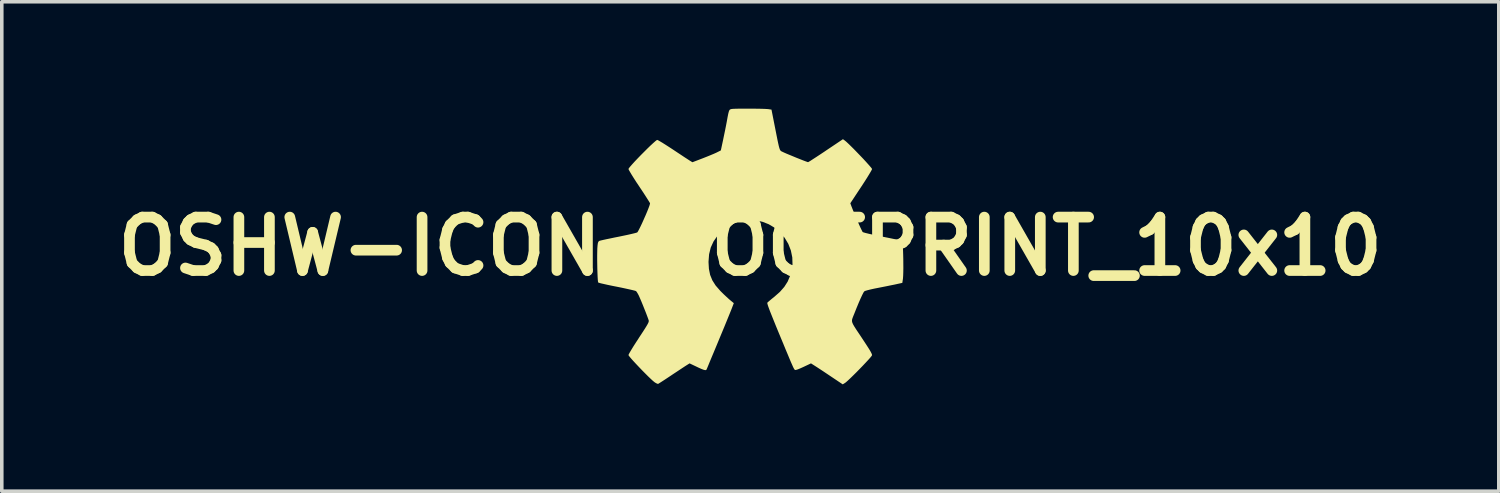
<source format=kicad_pcb>
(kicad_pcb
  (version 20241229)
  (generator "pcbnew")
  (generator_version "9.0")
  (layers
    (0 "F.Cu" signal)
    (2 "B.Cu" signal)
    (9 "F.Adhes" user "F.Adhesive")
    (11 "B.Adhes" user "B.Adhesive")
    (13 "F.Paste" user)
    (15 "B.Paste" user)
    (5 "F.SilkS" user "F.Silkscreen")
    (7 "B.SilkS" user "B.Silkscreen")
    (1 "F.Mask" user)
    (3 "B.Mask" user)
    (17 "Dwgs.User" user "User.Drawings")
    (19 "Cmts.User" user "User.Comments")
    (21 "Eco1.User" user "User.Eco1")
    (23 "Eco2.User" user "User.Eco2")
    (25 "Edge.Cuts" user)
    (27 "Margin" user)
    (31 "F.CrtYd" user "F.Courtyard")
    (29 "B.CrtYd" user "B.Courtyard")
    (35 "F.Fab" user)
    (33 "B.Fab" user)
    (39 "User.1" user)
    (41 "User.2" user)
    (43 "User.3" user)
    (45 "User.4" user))
  (footprint "OSHW-ICON-FOOTPRINT_10x10"
    (layer "F.Cu")
    (at 18.014 3.867)
    (property "Reference" "OSHW-ICON-FOOTPRINT_10x10" (at 0 0 0) (layer "F.SilkS") (effects (font (size 1.5 1.5) (thickness 0.3))))
    (attr board_only exclude_from_pos_files exclude_from_bom)
    (fp_poly (pts (xy 0.057 -3.866) (xy 0.184 -3.865) (xy 0.3 -3.863) (xy 0.398 -3.86) (xy 0.471 -3.856) (xy 0.508 -3.853) (xy 0.596 -3.839) (xy 0.669 -3.468) (xy 0.707 -3.276) (xy 0.738 -3.119) (xy 0.763 -2.993) (xy 0.784 -2.894) (xy 0.801 -2.819) (xy 0.816 -2.763) (xy 0.829 -2.725) (xy 0.842 -2.699) (xy 0.856 -2.682) (xy 0.871 -2.671) (xy 0.889 -2.662) (xy 0.902 -2.656) (xy 0.946 -2.635) (xy 1.014 -2.605) (xy 1.101 -2.569) (xy 1.198 -2.529) (xy 1.299 -2.487) (xy 1.398 -2.448) (xy 1.486 -2.413) (xy 1.558 -2.386) (xy 1.606 -2.369) (xy 1.623 -2.364) (xy 1.643 -2.375) (xy 1.692 -2.404) (xy 1.764 -2.451) (xy 1.857 -2.511) (xy 1.965 -2.582) (xy 2.084 -2.661) (xy 2.122 -2.687) (xy 2.602 -3.009) (xy 2.654 -2.972) (xy 2.693 -2.94) (xy 2.751 -2.886) (xy 2.823 -2.816) (xy 2.906 -2.734) (xy 2.994 -2.643) (xy 3.084 -2.55) (xy 3.172 -2.458) (xy 3.252 -2.371) (xy 3.321 -2.294) (xy 3.375 -2.232) (xy 3.409 -2.19) (xy 3.419 -2.171) (xy 3.409 -2.146) (xy 3.379 -2.092) (xy 3.333 -2.015) (xy 3.274 -1.919) (xy 3.204 -1.809) (xy 3.126 -1.689) (xy 3.114 -1.672) (xy 2.809 -1.21) (xy 2.843 -1.118) (xy 2.877 -1.033) (xy 2.917 -0.934) (xy 2.961 -0.827) (xy 3.008 -0.72) (xy 3.052 -0.618) (xy 3.092 -0.529) (xy 3.126 -0.459) (xy 3.149 -0.414) (xy 3.157 -0.402) (xy 3.182 -0.392) (xy 3.241 -0.375) (xy 3.327 -0.354) (xy 3.437 -0.329) (xy 3.563 -0.302) (xy 3.702 -0.274) (xy 3.71 -0.273) (xy 3.85 -0.245) (xy 3.977 -0.219) (xy 4.087 -0.196) (xy 4.175 -0.177) (xy 4.235 -0.162) (xy 4.263 -0.154) (xy 4.263 -0.154) (xy 4.271 -0.131) (xy 4.278 -0.074) (xy 4.284 0.009) (xy 4.289 0.112) (xy 4.293 0.23) (xy 4.296 0.356) (xy 4.297 0.484) (xy 4.298 0.608) (xy 4.296 0.722) (xy 4.293 0.818) (xy 4.288 0.893) (xy 4.285 0.918) (xy 4.269 1.025) (xy 4.122 1.057) (xy 4.055 1.072) (xy 3.959 1.091) (xy 3.843 1.115) (xy 3.717 1.14) (xy 3.605 1.162) (xy 3.483 1.186) (xy 3.375 1.21) (xy 3.288 1.232) (xy 3.228 1.25) (xy 3.202 1.263) (xy 3.179 1.295) (xy 3.145 1.361) (xy 3.1 1.457) (xy 3.046 1.58) (xy 2.985 1.727) (xy 2.919 1.893) (xy 2.914 1.905) (xy 2.888 1.969) (xy 2.869 2.019) (xy 2.857 2.062) (xy 2.856 2.101) (xy 2.866 2.144) (xy 2.889 2.194) (xy 2.926 2.258) (xy 2.98 2.342) (xy 3.052 2.449) (xy 3.106 2.53) (xy 3.201 2.674) (xy 3.276 2.789) (xy 3.333 2.878) (xy 3.374 2.946) (xy 3.4 2.996) (xy 3.415 3.031) (xy 3.419 3.055) (xy 3.419 3.055) (xy 3.406 3.078) (xy 3.369 3.124) (xy 3.313 3.187) (xy 3.241 3.264) (xy 3.159 3.351) (xy 3.071 3.442) (xy 2.982 3.533) (xy 2.894 3.62) (xy 2.814 3.698) (xy 2.745 3.763) (xy 2.692 3.81) (xy 2.662 3.833) (xy 2.596 3.874) (xy 2.26 3.649) (xy 2.151 3.576) (xy 2.045 3.505) (xy 1.949 3.442) (xy 1.871 3.391) (xy 1.818 3.357) (xy 1.815 3.355) (xy 1.705 3.285) (xy 1.497 3.383) (xy 1.413 3.421) (xy 1.341 3.451) (xy 1.287 3.468) (xy 1.262 3.471) (xy 1.253 3.467) (xy 1.244 3.459) (xy 1.233 3.444) (xy 1.219 3.419) (xy 1.2 3.381) (xy 1.176 3.326) (xy 1.143 3.252) (xy 1.102 3.155) (xy 1.051 3.032) (xy 0.987 2.88) (xy 0.911 2.695) (xy 0.895 2.657) (xy 0.799 2.426) (xy 0.718 2.229) (xy 0.651 2.063) (xy 0.596 1.926) (xy 0.552 1.816) (xy 0.52 1.73) (xy 0.497 1.666) (xy 0.484 1.621) (xy 0.478 1.594) (xy 0.479 1.582) (xy 0.498 1.563) (xy 0.542 1.525) (xy 0.603 1.474) (xy 0.674 1.417) (xy 0.832 1.278) (xy 0.955 1.138) (xy 1.05 0.989) (xy 1.12 0.823) (xy 1.154 0.708) (xy 1.186 0.509) (xy 1.18 0.31) (xy 1.14 0.115) (xy 1.068 -0.07) (xy 0.965 -0.242) (xy 0.834 -0.396) (xy 0.676 -0.528) (xy 0.517 -0.622) (xy 0.346 -0.689) (xy 0.161 -0.73) (xy -0.025 -0.744) (xy -0.204 -0.729) (xy -0.274 -0.713) (xy -0.463 -0.645) (xy -0.644 -0.543) (xy -0.808 -0.416) (xy -0.918 -0.3) (xy -1.031 -0.139) (xy -1.11 0.034) (xy -1.156 0.222) (xy -1.172 0.432) (xy -1.172 0.44) (xy -1.161 0.632) (xy -1.127 0.8) (xy -1.065 0.953) (xy -0.973 1.098) (xy -0.847 1.243) (xy -0.821 1.27) (xy -0.745 1.345) (xy -0.667 1.418) (xy -0.599 1.48) (xy -0.558 1.515) (xy -0.462 1.594) (xy -0.518 1.74) (xy -0.537 1.789) (xy -0.57 1.87) (xy -0.614 1.978) (xy -0.667 2.108) (xy -0.727 2.255) (xy -0.793 2.414) (xy -0.863 2.582) (xy -0.894 2.657) (xy -0.962 2.821) (xy -1.026 2.975) (xy -1.084 3.113) (xy -1.134 3.233) (xy -1.174 3.331) (xy -1.204 3.403) (xy -1.222 3.445) (xy -1.225 3.453) (xy -1.239 3.471) (xy -1.265 3.475) (xy -1.308 3.465) (xy -1.374 3.44) (xy -1.467 3.398) (xy -1.502 3.381) (xy -1.704 3.285) (xy -1.785 3.336) (xy -1.826 3.362) (xy -1.893 3.406) (xy -1.979 3.463) (xy -2.08 3.53) (xy -2.188 3.601) (xy -2.214 3.619) (xy -2.318 3.688) (xy -2.412 3.75) (xy -2.491 3.801) (xy -2.549 3.838) (xy -2.582 3.858) (xy -2.586 3.861) (xy -2.615 3.855) (xy -2.661 3.831) (xy -2.688 3.813) (xy -2.732 3.777) (xy -2.795 3.719) (xy -2.87 3.647) (xy -2.954 3.563) (xy -3.043 3.473) (xy -3.131 3.381) (xy -3.215 3.292) (xy -3.29 3.211) (xy -3.352 3.141) (xy -3.396 3.088) (xy -3.418 3.056) (xy -3.419 3.051) (xy -3.409 3.025) (xy -3.379 2.971) (xy -3.334 2.895) (xy -3.275 2.799) (xy -3.205 2.69) (xy -3.128 2.572) (xy -3.128 2.571) (xy -3.04 2.437) (xy -2.972 2.332) (xy -2.921 2.251) (xy -2.886 2.191) (xy -2.863 2.147) (xy -2.852 2.115) (xy -2.849 2.092) (xy -2.852 2.076) (xy -2.868 2.028) (xy -2.896 1.953) (xy -2.932 1.858) (xy -2.974 1.753) (xy -3.017 1.645) (xy -3.059 1.543) (xy -3.097 1.455) (xy -3.126 1.389) (xy -3.137 1.366) (xy -3.168 1.31) (xy -3.196 1.268) (xy -3.208 1.256) (xy -3.233 1.246) (xy -3.292 1.231) (xy -3.378 1.211) (xy -3.487 1.187) (xy -3.612 1.16) (xy -3.741 1.134) (xy -3.878 1.107) (xy -4.002 1.081) (xy -4.108 1.057) (xy -4.192 1.038) (xy -4.247 1.023) (xy -4.269 1.014) (xy -4.275 0.99) (xy -4.281 0.932) (xy -4.286 0.848) (xy -4.29 0.744) (xy -4.294 0.626) (xy -4.296 0.501) (xy -4.298 0.375) (xy -4.298 0.255) (xy -4.296 0.146) (xy -4.294 0.055) (xy -4.289 -0.011) (xy -4.289 -0.014) (xy -4.28 -0.084) (xy -4.267 -0.125) (xy -4.248 -0.148) (xy -4.229 -0.157) (xy -4.198 -0.165) (xy -4.134 -0.18) (xy -4.043 -0.2) (xy -3.931 -0.223) (xy -3.804 -0.25) (xy -3.691 -0.272) (xy -3.557 -0.3) (xy -3.434 -0.326) (xy -3.329 -0.35) (xy -3.246 -0.37) (xy -3.192 -0.385) (xy -3.172 -0.393) (xy -3.152 -0.421) (xy -3.121 -0.479) (xy -3.081 -0.559) (xy -3.035 -0.656) (xy -2.988 -0.762) (xy -2.94 -0.87) (xy -2.896 -0.974) (xy -2.859 -1.067) (xy -2.831 -1.142) (xy -2.816 -1.193) (xy -2.814 -1.207) (xy -2.824 -1.229) (xy -2.854 -1.278) (xy -2.9 -1.351) (xy -2.959 -1.443) (xy -3.029 -1.55) (xy -3.108 -1.668) (xy -3.116 -1.681) (xy -3.196 -1.8) (xy -3.267 -1.911) (xy -3.328 -2.008) (xy -3.375 -2.087) (xy -3.407 -2.143) (xy -3.419 -2.171) (xy -3.419 -2.173) (xy -3.406 -2.197) (xy -3.368 -2.244) (xy -3.311 -2.309) (xy -3.239 -2.388) (xy -3.155 -2.476) (xy -3.065 -2.569) (xy -2.972 -2.662) (xy -2.882 -2.752) (xy -2.798 -2.833) (xy -2.724 -2.901) (xy -2.665 -2.953) (xy -2.626 -2.983) (xy -2.613 -2.989) (xy -2.587 -2.979) (xy -2.535 -2.949) (xy -2.459 -2.904) (xy -2.366 -2.845) (xy -2.26 -2.777) (xy -2.173 -2.72) (xy -2.057 -2.643) (xy -1.948 -2.571) (xy -1.852 -2.507) (xy -1.773 -2.456) (xy -1.718 -2.42) (xy -1.696 -2.406) (xy -1.624 -2.362) (xy -1.334 -2.473) (xy -1.225 -2.516) (xy -1.119 -2.559) (xy -1.026 -2.598) (xy -0.956 -2.629) (xy -0.936 -2.639) (xy -0.826 -2.694) (xy -0.764 -2.983) (xy -0.737 -3.114) (xy -0.707 -3.258) (xy -0.679 -3.399) (xy -0.656 -3.52) (xy -0.655 -3.527) (xy -0.634 -3.643) (xy -0.617 -3.727) (xy -0.602 -3.784) (xy -0.588 -3.82) (xy -0.572 -3.84) (xy -0.551 -3.85) (xy -0.524 -3.857) (xy -0.483 -3.861) (xy -0.411 -3.864) (xy -0.313 -3.866) (xy -0.198 -3.867) (xy -0.072 -3.867)) (stroke (width 0) (type solid)) (fill yes) (layer "F.SilkS")))
  (gr_rect
    (start -3 -3)
    (end 39.029 10.741)
    (stroke (width 0.1) (type default))
    (fill no)
    (layer "Edge.Cuts")))
</source>
